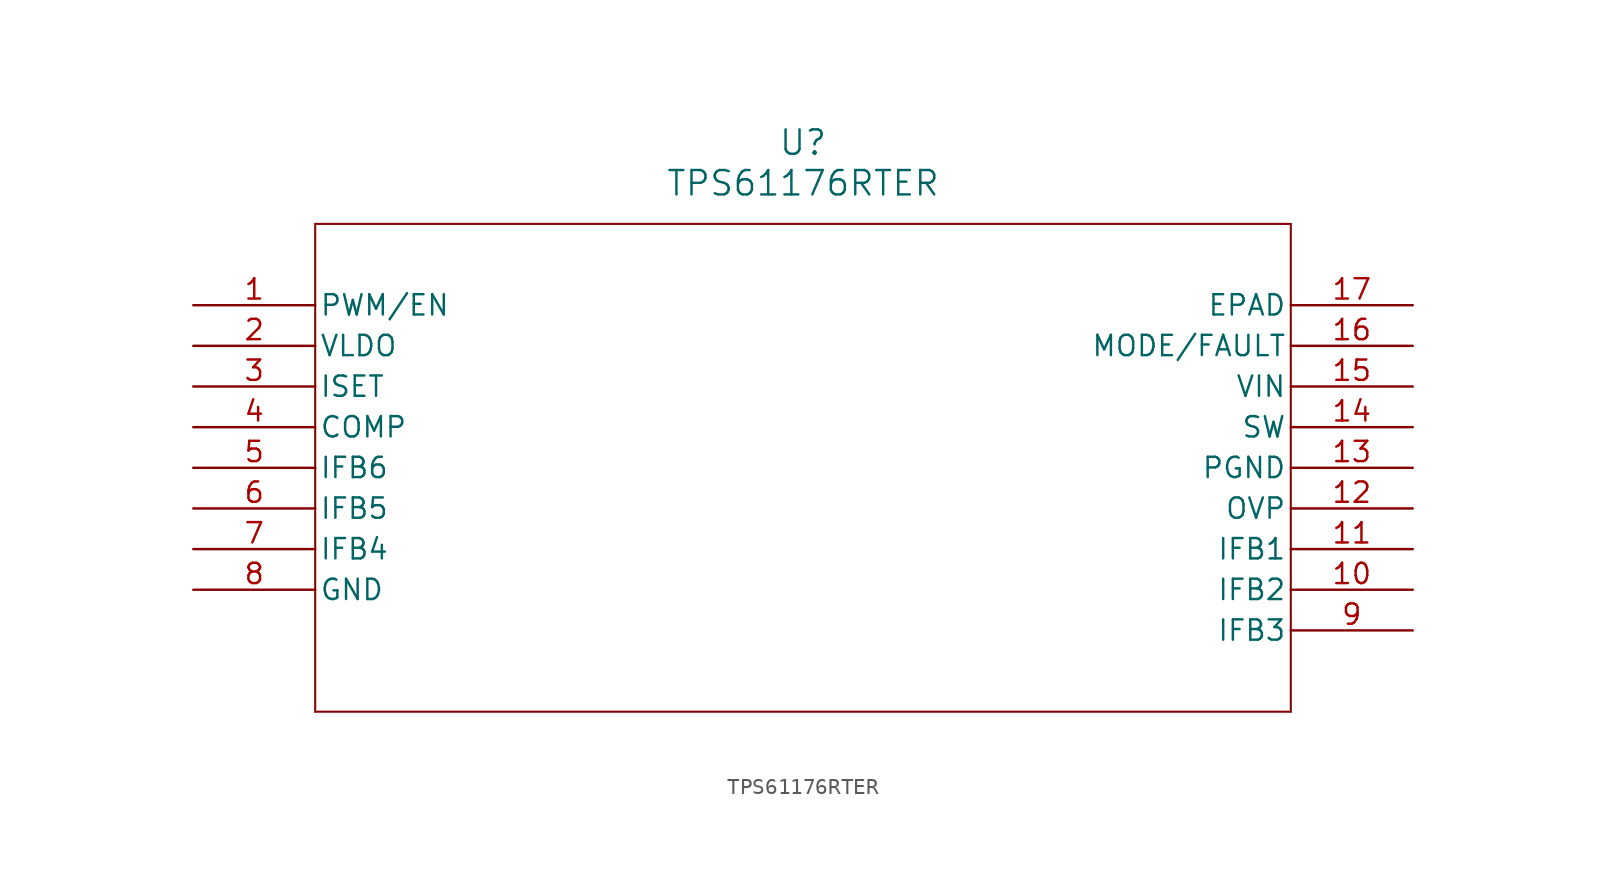
<source format=kicad_sym>
(kicad_symbol_lib
  (version 20231120)
  (generator "kicad_symbol_editor")
  (generator_version "8.0")
  (symbol "TPS61176RTER"
    (pin_names
      (offset 0.254))
    (property "Reference" "U"
      (at 38.1 10.16 0)
      (effects (font (size 1.524 1.524))))
    (property "Value" "TPS61176RTER"
      (at 38.1 7.62 0)
      (effects (font (size 1.524 1.524))))
    (property "ki_locked" ""
      (at 0 0 0)
      (effects (font (size 1.27 1.27))))
    (symbol "TPS61176RTER_0_1"
      (polyline (pts (xy 7.62 -25.4) (xy 68.58 -25.4)) (stroke (width 0.127) (type default)) (fill (type none)))
      (polyline (pts (xy 7.62 5.08) (xy 7.62 -25.4)) (stroke (width 0.127) (type default)) (fill (type none)))
      (polyline (pts (xy 68.58 -25.4) (xy 68.58 5.08)) (stroke (width 0.127) (type default)) (fill (type none)))
      (polyline (pts (xy 68.58 5.08) (xy 7.62 5.08)) (stroke (width 0.127) (type default)) (fill (type none)))
      (pin unspecified line (at 0 0 0) (length 7.62) (name "PWM/EN" (effects (font (size 1.27 1.27)))) (number "1" (effects (font (size 1.27 1.27)))))
      (pin input line (at 76.2 -17.78 180) (length 7.62) (name "IFB2" (effects (font (size 1.27 1.27)))) (number "10" (effects (font (size 1.27 1.27)))))
      (pin input line (at 76.2 -15.24 180) (length 7.62) (name "IFB1" (effects (font (size 1.27 1.27)))) (number "11" (effects (font (size 1.27 1.27)))))
      (pin output line (at 76.2 -12.7 180) (length 7.62) (name "OVP" (effects (font (size 1.27 1.27)))) (number "12" (effects (font (size 1.27 1.27)))))
      (pin power_in line (at 76.2 -10.16 180) (length 7.62) (name "PGND" (effects (font (size 1.27 1.27)))) (number "13" (effects (font (size 1.27 1.27)))))
      (pin unspecified line (at 76.2 -7.62 180) (length 7.62) (name "SW" (effects (font (size 1.27 1.27)))) (number "14" (effects (font (size 1.27 1.27)))))
      (pin input line (at 76.2 -5.08 180) (length 7.62) (name "VIN" (effects (font (size 1.27 1.27)))) (number "15" (effects (font (size 1.27 1.27)))))
      (pin unspecified line (at 76.2 -2.54 180) (length 7.62) (name "MODE/FAULT" (effects (font (size 1.27 1.27)))) (number "16" (effects (font (size 1.27 1.27)))))
      (pin unspecified line (at 76.2 0 180) (length 7.62) (name "EPAD" (effects (font (size 1.27 1.27)))) (number "17" (effects (font (size 1.27 1.27)))))
      (pin output line (at 0 -2.54 0) (length 7.62) (name "VLDO" (effects (font (size 1.27 1.27)))) (number "2" (effects (font (size 1.27 1.27)))))
      (pin unspecified line (at 0 -5.08 0) (length 7.62) (name "ISET" (effects (font (size 1.27 1.27)))) (number "3" (effects (font (size 1.27 1.27)))))
      (pin unspecified line (at 0 -7.62 0) (length 7.62) (name "COMP" (effects (font (size 1.27 1.27)))) (number "4" (effects (font (size 1.27 1.27)))))
      (pin input line (at 0 -10.16 0) (length 7.62) (name "IFB6" (effects (font (size 1.27 1.27)))) (number "5" (effects (font (size 1.27 1.27)))))
      (pin input line (at 0 -12.7 0) (length 7.62) (name "IFB5" (effects (font (size 1.27 1.27)))) (number "6" (effects (font (size 1.27 1.27)))))
      (pin input line (at 0 -15.24 0) (length 7.62) (name "IFB4" (effects (font (size 1.27 1.27)))) (number "7" (effects (font (size 1.27 1.27)))))
      (pin power_in line (at 0 -17.78 0) (length 7.62) (name "GND" (effects (font (size 1.27 1.27)))) (number "8" (effects (font (size 1.27 1.27)))))
      (pin input line (at 76.2 -20.32 180) (length 7.62) (name "IFB3" (effects (font (size 1.27 1.27)))) (number "9" (effects (font (size 1.27 1.27))))))))
</source>
